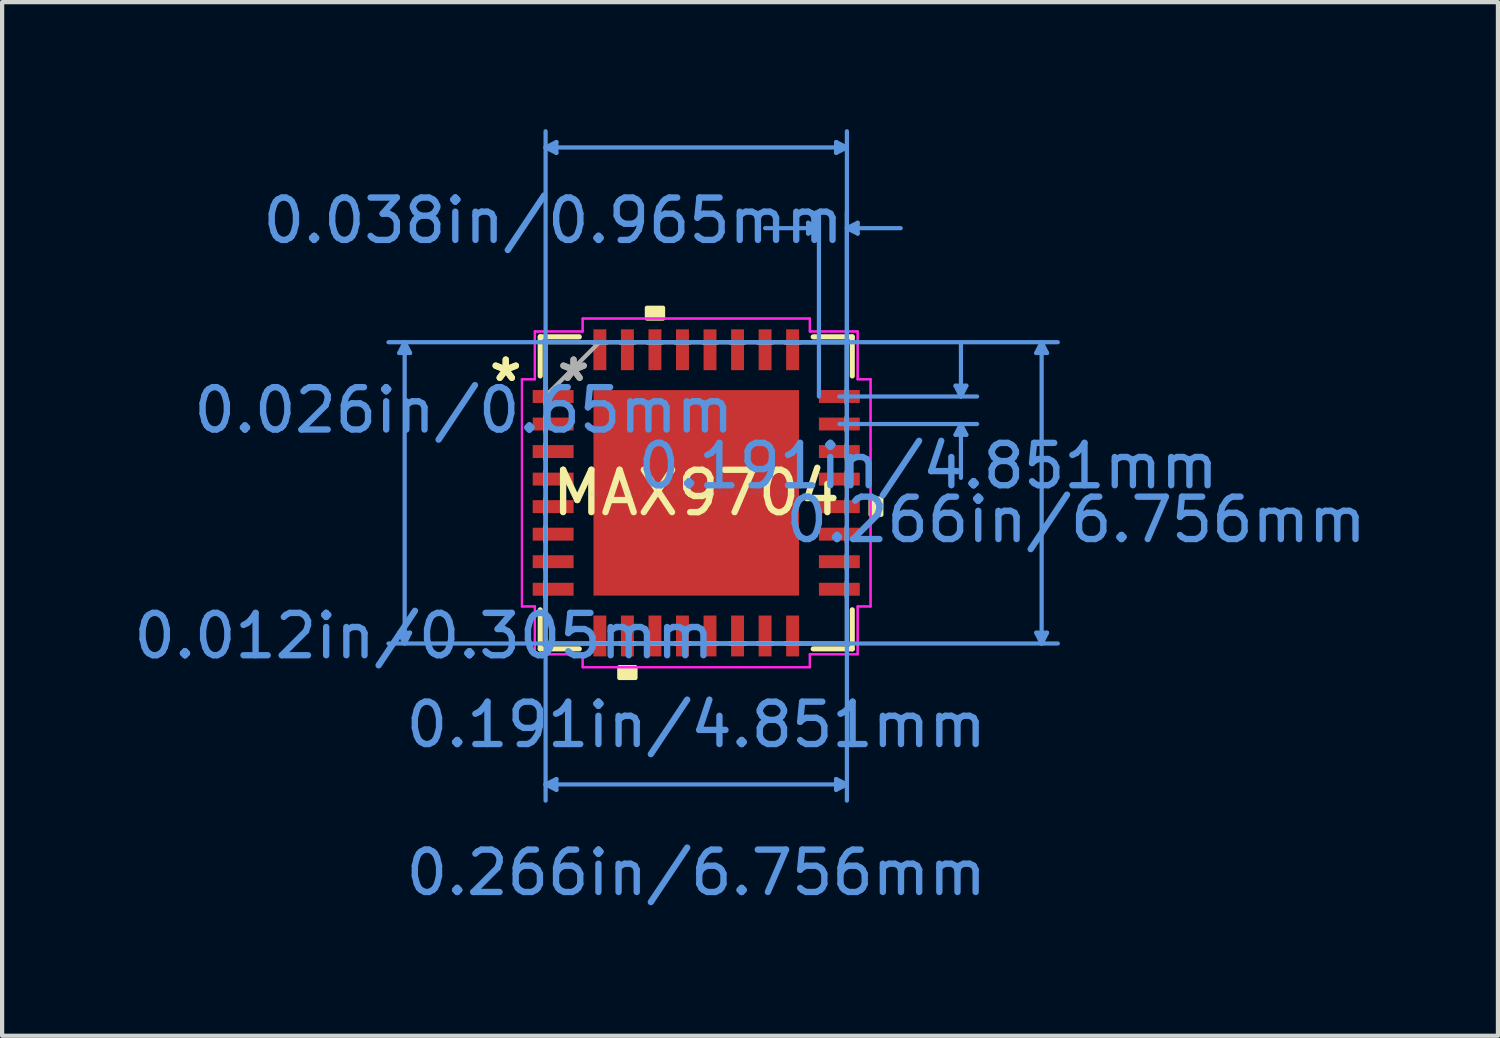
<source format=kicad_pcb>
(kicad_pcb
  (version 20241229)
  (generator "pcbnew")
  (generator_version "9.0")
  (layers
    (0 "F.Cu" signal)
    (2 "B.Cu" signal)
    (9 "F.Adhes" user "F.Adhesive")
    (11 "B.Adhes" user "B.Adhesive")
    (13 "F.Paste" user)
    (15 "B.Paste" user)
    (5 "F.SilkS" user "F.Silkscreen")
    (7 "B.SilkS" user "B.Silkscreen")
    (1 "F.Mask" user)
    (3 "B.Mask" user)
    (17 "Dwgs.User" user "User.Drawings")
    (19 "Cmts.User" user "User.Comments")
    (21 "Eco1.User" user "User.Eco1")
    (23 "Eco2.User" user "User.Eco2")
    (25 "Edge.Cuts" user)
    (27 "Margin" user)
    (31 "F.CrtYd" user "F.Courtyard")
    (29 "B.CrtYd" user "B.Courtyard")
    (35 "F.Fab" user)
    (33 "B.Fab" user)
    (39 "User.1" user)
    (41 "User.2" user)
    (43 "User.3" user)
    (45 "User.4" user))
  (footprint "MAX9704"
    (layer "F.Cu")
    (at 13.385 8.584)
    (property "Reference" "MAX9704" (at 0 0 0) (layer "F.SilkS") (effects (font (size 1 1) (thickness 0.15))))
    (attr through_hole)
    (fp_line (start -3.683 -3.683) (end -3.683 -2.76) (stroke (width 0.12) (type solid)) (layer "F.SilkS"))
    (fp_line (start -3.683 2.76) (end -3.683 3.683) (stroke (width 0.12) (type solid)) (layer "F.SilkS"))
    (fp_line (start -3.683 3.683) (end -2.76 3.683) (stroke (width 0.12) (type solid)) (layer "F.SilkS"))
    (fp_line (start -2.76 -3.683) (end -3.683 -3.683) (stroke (width 0.12) (type solid)) (layer "F.SilkS"))
    (fp_line (start 2.76 3.683) (end 3.683 3.683) (stroke (width 0.12) (type solid)) (layer "F.SilkS"))
    (fp_line (start 3.683 -3.683) (end 2.76 -3.683) (stroke (width 0.12) (type solid)) (layer "F.SilkS"))
    (fp_line (start 3.683 -2.76) (end 3.683 -3.683) (stroke (width 0.12) (type solid)) (layer "F.SilkS"))
    (fp_line (start 3.683 3.683) (end 3.683 2.76) (stroke (width 0.12) (type solid)) (layer "F.SilkS"))
    (fp_poly (pts (xy -1.816 4.115) (xy -1.816 4.369) (xy -1.435 4.369) (xy -1.435 4.115)) (stroke (width 0.1) (type solid)) (fill yes) (layer "F.SilkS"))
    (fp_poly (pts (xy -1.165 -4.115) (xy -1.165 -4.369) (xy -0.784 -4.369) (xy -0.784 -4.115)) (stroke (width 0.1) (type solid)) (fill yes) (layer "F.SilkS"))
    (fp_poly (pts (xy 4.369 0.135) (xy 4.369 0.516) (xy 4.115 0.516) (xy 4.115 0.135)) (stroke (width 0.1) (type solid)) (fill yes) (layer "F.SilkS"))
    (fp_poly (pts (xy -2.326 -2.326) (xy -2.326 -0.909) (xy -0.909 -0.909) (xy -0.909 -2.326)) (stroke (width 0.1) (type solid)) (fill yes) (layer "F.Paste"))
    (fp_poly (pts (xy -2.326 -0.709) (xy -2.326 0.709) (xy -0.909 0.709) (xy -0.909 -0.709)) (stroke (width 0.1) (type solid)) (fill yes) (layer "F.Paste"))
    (fp_poly (pts (xy -2.326 0.909) (xy -2.326 2.326) (xy -0.909 2.326) (xy -0.909 0.909)) (stroke (width 0.1) (type solid)) (fill yes) (layer "F.Paste"))
    (fp_poly (pts (xy -0.709 -2.326) (xy -0.709 -0.909) (xy 0.709 -0.909) (xy 0.709 -2.326)) (stroke (width 0.1) (type solid)) (fill yes) (layer "F.Paste"))
    (fp_poly (pts (xy -0.709 -0.709) (xy -0.709 0.709) (xy 0.709 0.709) (xy 0.709 -0.709)) (stroke (width 0.1) (type solid)) (fill yes) (layer "F.Paste"))
    (fp_poly (pts (xy -0.709 0.909) (xy -0.709 2.326) (xy 0.709 2.326) (xy 0.709 0.909)) (stroke (width 0.1) (type solid)) (fill yes) (layer "F.Paste"))
    (fp_poly (pts (xy 0.909 -2.326) (xy 0.909 -0.909) (xy 2.326 -0.909) (xy 2.326 -2.326)) (stroke (width 0.1) (type solid)) (fill yes) (layer "F.Paste"))
    (fp_poly (pts (xy 0.909 -0.709) (xy 0.909 0.709) (xy 2.326 0.709) (xy 2.326 -0.709)) (stroke (width 0.1) (type solid)) (fill yes) (layer "F.Paste"))
    (fp_poly (pts (xy 0.909 0.909) (xy 0.909 2.326) (xy 2.326 2.326) (xy 2.326 0.909)) (stroke (width 0.1) (type solid)) (fill yes) (layer "F.Paste"))
    (fp_line (start -7.01 -3.302) (end -6.756 -3.302) (stroke (width 0.1) (type solid)) (layer "Cmts.User"))
    (fp_line (start -7.01 3.302) (end -6.756 3.302) (stroke (width 0.1) (type solid)) (layer "Cmts.User"))
    (fp_line (start -6.883 -3.556) (end -7.01 -3.302) (stroke (width 0.1) (type solid)) (layer "Cmts.User"))
    (fp_line (start -6.883 -3.556) (end -6.883 3.556) (stroke (width 0.1) (type solid)) (layer "Cmts.User"))
    (fp_line (start -6.883 -3.556) (end -6.756 -3.302) (stroke (width 0.1) (type solid)) (layer "Cmts.User"))
    (fp_line (start -6.883 3.556) (end -7.01 3.302) (stroke (width 0.1) (type solid)) (layer "Cmts.User"))
    (fp_line (start -6.883 3.556) (end -6.756 3.302) (stroke (width 0.1) (type solid)) (layer "Cmts.User"))
    (fp_line (start -3.556 -8.153) (end -3.302 -8.28) (stroke (width 0.1) (type solid)) (layer "Cmts.User"))
    (fp_line (start -3.556 -8.153) (end -3.302 -8.026) (stroke (width 0.1) (type solid)) (layer "Cmts.User"))
    (fp_line (start -3.556 -8.153) (end 3.556 -8.153) (stroke (width 0.1) (type solid)) (layer "Cmts.User"))
    (fp_line (start -3.556 -3.556) (end -3.556 7.264) (stroke (width 0.1) (type solid)) (layer "Cmts.User"))
    (fp_line (start -3.556 -2.275) (end -3.556 -8.534) (stroke (width 0.1) (type solid)) (layer "Cmts.User"))
    (fp_line (start -3.556 6.883) (end -3.302 6.756) (stroke (width 0.1) (type solid)) (layer "Cmts.User"))
    (fp_line (start -3.556 6.883) (end -3.302 7.01) (stroke (width 0.1) (type solid)) (layer "Cmts.User"))
    (fp_line (start -3.556 6.883) (end 3.556 6.883) (stroke (width 0.1) (type solid)) (layer "Cmts.User"))
    (fp_line (start -3.302 -8.28) (end -3.302 -8.026) (stroke (width 0.1) (type solid)) (layer "Cmts.User"))
    (fp_line (start -3.302 6.756) (end -3.302 7.01) (stroke (width 0.1) (type solid)) (layer "Cmts.User"))
    (fp_line (start 2.275 -3.556) (end 8.534 -3.556) (stroke (width 0.1) (type solid)) (layer "Cmts.User"))
    (fp_line (start 2.275 3.556) (end 8.534 3.556) (stroke (width 0.1) (type solid)) (layer "Cmts.User"))
    (fp_line (start 2.642 -6.375) (end 2.642 -6.121) (stroke (width 0.1) (type solid)) (layer "Cmts.User"))
    (fp_line (start 2.896 -6.248) (end 1.626 -6.248) (stroke (width 0.1) (type solid)) (layer "Cmts.User"))
    (fp_line (start 2.896 -6.248) (end 2.642 -6.375) (stroke (width 0.1) (type solid)) (layer "Cmts.User"))
    (fp_line (start 2.896 -6.248) (end 2.642 -6.121) (stroke (width 0.1) (type solid)) (layer "Cmts.User"))
    (fp_line (start 2.896 -2.275) (end 2.896 -6.629) (stroke (width 0.1) (type solid)) (layer "Cmts.User"))
    (fp_line (start 3.302 -8.28) (end 3.302 -8.026) (stroke (width 0.1) (type solid)) (layer "Cmts.User"))
    (fp_line (start 3.302 6.756) (end 3.302 7.01) (stroke (width 0.1) (type solid)) (layer "Cmts.User"))
    (fp_line (start 3.378 -2.275) (end 6.629 -2.275) (stroke (width 0.1) (type solid)) (layer "Cmts.User"))
    (fp_line (start 3.378 -1.625) (end 6.629 -1.625) (stroke (width 0.1) (type solid)) (layer "Cmts.User"))
    (fp_line (start 3.556 -8.153) (end 3.302 -8.28) (stroke (width 0.1) (type solid)) (layer "Cmts.User"))
    (fp_line (start 3.556 -8.153) (end 3.302 -8.026) (stroke (width 0.1) (type solid)) (layer "Cmts.User"))
    (fp_line (start 3.556 -6.248) (end 3.81 -6.375) (stroke (width 0.1) (type solid)) (layer "Cmts.User"))
    (fp_line (start 3.556 -6.248) (end 3.81 -6.121) (stroke (width 0.1) (type solid)) (layer "Cmts.User"))
    (fp_line (start 3.556 -6.248) (end 4.826 -6.248) (stroke (width 0.1) (type solid)) (layer "Cmts.User"))
    (fp_line (start 3.556 -3.556) (end -7.264 -3.556) (stroke (width 0.1) (type solid)) (layer "Cmts.User"))
    (fp_line (start 3.556 -3.556) (end 3.556 7.264) (stroke (width 0.1) (type solid)) (layer "Cmts.User"))
    (fp_line (start 3.556 -2.275) (end 3.556 -8.534) (stroke (width 0.1) (type solid)) (layer "Cmts.User"))
    (fp_line (start 3.556 -2.275) (end 3.556 -6.629) (stroke (width 0.1) (type solid)) (layer "Cmts.User"))
    (fp_line (start 3.556 3.556) (end -7.264 3.556) (stroke (width 0.1) (type solid)) (layer "Cmts.User"))
    (fp_line (start 3.556 6.883) (end 3.302 6.756) (stroke (width 0.1) (type solid)) (layer "Cmts.User"))
    (fp_line (start 3.556 6.883) (end 3.302 7.01) (stroke (width 0.1) (type solid)) (layer "Cmts.User"))
    (fp_line (start 3.81 -6.375) (end 3.81 -6.121) (stroke (width 0.1) (type solid)) (layer "Cmts.User"))
    (fp_line (start 6.121 -2.529) (end 6.375 -2.529) (stroke (width 0.1) (type solid)) (layer "Cmts.User"))
    (fp_line (start 6.121 -1.371) (end 6.375 -1.371) (stroke (width 0.1) (type solid)) (layer "Cmts.User"))
    (fp_line (start 6.248 -2.275) (end 6.121 -2.529) (stroke (width 0.1) (type solid)) (layer "Cmts.User"))
    (fp_line (start 6.248 -2.275) (end 6.248 -3.545) (stroke (width 0.1) (type solid)) (layer "Cmts.User"))
    (fp_line (start 6.248 -2.275) (end 6.375 -2.529) (stroke (width 0.1) (type solid)) (layer "Cmts.User"))
    (fp_line (start 6.248 -1.625) (end 6.121 -1.371) (stroke (width 0.1) (type solid)) (layer "Cmts.User"))
    (fp_line (start 6.248 -1.625) (end 6.248 -0.355) (stroke (width 0.1) (type solid)) (layer "Cmts.User"))
    (fp_line (start 6.248 -1.625) (end 6.375 -1.371) (stroke (width 0.1) (type solid)) (layer "Cmts.User"))
    (fp_line (start 8.026 -3.302) (end 8.28 -3.302) (stroke (width 0.1) (type solid)) (layer "Cmts.User"))
    (fp_line (start 8.026 3.302) (end 8.28 3.302) (stroke (width 0.1) (type solid)) (layer "Cmts.User"))
    (fp_line (start 8.153 -3.556) (end 8.026 -3.302) (stroke (width 0.1) (type solid)) (layer "Cmts.User"))
    (fp_line (start 8.153 -3.556) (end 8.153 3.556) (stroke (width 0.1) (type solid)) (layer "Cmts.User"))
    (fp_line (start 8.153 -3.556) (end 8.28 -3.302) (stroke (width 0.1) (type solid)) (layer "Cmts.User"))
    (fp_line (start 8.153 3.556) (end 8.026 3.302) (stroke (width 0.1) (type solid)) (layer "Cmts.User"))
    (fp_line (start 8.153 3.556) (end 8.28 3.302) (stroke (width 0.1) (type solid)) (layer "Cmts.User"))
    (fp_line (start -4.115 -2.681) (end -3.81 -2.681) (stroke (width 0.05) (type solid)) (layer "F.CrtYd"))
    (fp_line (start -4.115 -2.681) (end -3.81 -2.681) (stroke (width 0.05) (type solid)) (layer "F.CrtYd"))
    (fp_line (start -4.115 2.681) (end -4.115 -2.681) (stroke (width 0.05) (type solid)) (layer "F.CrtYd"))
    (fp_line (start -4.115 2.681) (end -4.115 -2.681) (stroke (width 0.05) (type solid)) (layer "F.CrtYd"))
    (fp_line (start -3.81 -3.81) (end -2.681 -3.81) (stroke (width 0.05) (type solid)) (layer "F.CrtYd"))
    (fp_line (start -3.81 -3.81) (end -2.681 -3.81) (stroke (width 0.05) (type solid)) (layer "F.CrtYd"))
    (fp_line (start -3.81 -2.681) (end -3.81 -3.81) (stroke (width 0.05) (type solid)) (layer "F.CrtYd"))
    (fp_line (start -3.81 -2.681) (end -3.81 -3.81) (stroke (width 0.05) (type solid)) (layer "F.CrtYd"))
    (fp_line (start -3.81 2.681) (end -4.115 2.681) (stroke (width 0.05) (type solid)) (layer "F.CrtYd"))
    (fp_line (start -3.81 2.681) (end -4.115 2.681) (stroke (width 0.05) (type solid)) (layer "F.CrtYd"))
    (fp_line (start -3.81 3.81) (end -3.81 2.681) (stroke (width 0.05) (type solid)) (layer "F.CrtYd"))
    (fp_line (start -3.81 3.81) (end -3.81 2.681) (stroke (width 0.05) (type solid)) (layer "F.CrtYd"))
    (fp_line (start -2.681 -4.115) (end 2.681 -4.115) (stroke (width 0.05) (type solid)) (layer "F.CrtYd"))
    (fp_line (start -2.681 -4.115) (end 2.681 -4.115) (stroke (width 0.05) (type solid)) (layer "F.CrtYd"))
    (fp_line (start -2.681 -3.81) (end -2.681 -4.115) (stroke (width 0.05) (type solid)) (layer "F.CrtYd"))
    (fp_line (start -2.681 -3.81) (end -2.681 -4.115) (stroke (width 0.05) (type solid)) (layer "F.CrtYd"))
    (fp_line (start -2.681 3.81) (end -3.81 3.81) (stroke (width 0.05) (type solid)) (layer "F.CrtYd"))
    (fp_line (start -2.681 3.81) (end -3.81 3.81) (stroke (width 0.05) (type solid)) (layer "F.CrtYd"))
    (fp_line (start -2.681 4.115) (end -2.681 3.81) (stroke (width 0.05) (type solid)) (layer "F.CrtYd"))
    (fp_line (start -2.681 4.115) (end -2.681 3.81) (stroke (width 0.05) (type solid)) (layer "F.CrtYd"))
    (fp_line (start 2.681 -4.115) (end 2.681 -3.81) (stroke (width 0.05) (type solid)) (layer "F.CrtYd"))
    (fp_line (start 2.681 -4.115) (end 2.681 -3.81) (stroke (width 0.05) (type solid)) (layer "F.CrtYd"))
    (fp_line (start 2.681 -3.81) (end 3.81 -3.81) (stroke (width 0.05) (type solid)) (layer "F.CrtYd"))
    (fp_line (start 2.681 -3.81) (end 3.81 -3.81) (stroke (width 0.05) (type solid)) (layer "F.CrtYd"))
    (fp_line (start 2.681 3.81) (end 2.681 4.115) (stroke (width 0.05) (type solid)) (layer "F.CrtYd"))
    (fp_line (start 2.681 3.81) (end 2.681 4.115) (stroke (width 0.05) (type solid)) (layer "F.CrtYd"))
    (fp_line (start 2.681 4.115) (end -2.681 4.115) (stroke (width 0.05) (type solid)) (layer "F.CrtYd"))
    (fp_line (start 2.681 4.115) (end -2.681 4.115) (stroke (width 0.05) (type solid)) (layer "F.CrtYd"))
    (fp_line (start 3.81 -3.81) (end 3.81 -2.681) (stroke (width 0.05) (type solid)) (layer "F.CrtYd"))
    (fp_line (start 3.81 -3.81) (end 3.81 -2.681) (stroke (width 0.05) (type solid)) (layer "F.CrtYd"))
    (fp_line (start 3.81 -2.681) (end 4.115 -2.681) (stroke (width 0.05) (type solid)) (layer "F.CrtYd"))
    (fp_line (start 3.81 -2.681) (end 4.115 -2.681) (stroke (width 0.05) (type solid)) (layer "F.CrtYd"))
    (fp_line (start 3.81 2.681) (end 3.81 3.81) (stroke (width 0.05) (type solid)) (layer "F.CrtYd"))
    (fp_line (start 3.81 2.681) (end 3.81 3.81) (stroke (width 0.05) (type solid)) (layer "F.CrtYd"))
    (fp_line (start 3.81 3.81) (end 2.681 3.81) (stroke (width 0.05) (type solid)) (layer "F.CrtYd"))
    (fp_line (start 3.81 3.81) (end 2.681 3.81) (stroke (width 0.05) (type solid)) (layer "F.CrtYd"))
    (fp_line (start 4.115 -2.681) (end 4.115 2.681) (stroke (width 0.05) (type solid)) (layer "F.CrtYd"))
    (fp_line (start 4.115 -2.681) (end 4.115 2.681) (stroke (width 0.05) (type solid)) (layer "F.CrtYd"))
    (fp_line (start 4.115 2.681) (end 3.81 2.681) (stroke (width 0.05) (type solid)) (layer "F.CrtYd"))
    (fp_line (start 4.115 2.681) (end 3.81 2.681) (stroke (width 0.05) (type solid)) (layer "F.CrtYd"))
    (fp_line (start -3.556 -3.556) (end -3.556 -3.556) (stroke (width 0.1) (type solid)) (layer "F.Fab"))
    (fp_line (start -3.556 -3.556) (end -3.556 3.556) (stroke (width 0.1) (type solid)) (layer "F.Fab"))
    (fp_line (start -3.556 -2.453) (end -3.556 -2.453) (stroke (width 0.1) (type solid)) (layer "F.Fab"))
    (fp_line (start -3.556 -2.453) (end -3.556 -2.097) (stroke (width 0.1) (type solid)) (layer "F.Fab"))
    (fp_line (start -3.556 -2.286) (end -2.286 -3.556) (stroke (width 0.1) (type solid)) (layer "F.Fab"))
    (fp_line (start -3.556 -2.097) (end -3.556 -2.453) (stroke (width 0.1) (type solid)) (layer "F.Fab"))
    (fp_line (start -3.556 -2.097) (end -3.556 -2.097) (stroke (width 0.1) (type solid)) (layer "F.Fab"))
    (fp_line (start -3.556 -1.803) (end -3.556 -1.803) (stroke (width 0.1) (type solid)) (layer "F.Fab"))
    (fp_line (start -3.556 -1.803) (end -3.556 -1.447) (stroke (width 0.1) (type solid)) (layer "F.Fab"))
    (fp_line (start -3.556 -1.447) (end -3.556 -1.803) (stroke (width 0.1) (type solid)) (layer "F.Fab"))
    (fp_line (start -3.556 -1.447) (end -3.556 -1.447) (stroke (width 0.1) (type solid)) (layer "F.Fab"))
    (fp_line (start -3.556 -1.153) (end -3.556 -1.153) (stroke (width 0.1) (type solid)) (layer "F.Fab"))
    (fp_line (start -3.556 -1.153) (end -3.556 -0.797) (stroke (width 0.1) (type solid)) (layer "F.Fab"))
    (fp_line (start -3.556 -0.797) (end -3.556 -1.153) (stroke (width 0.1) (type solid)) (layer "F.Fab"))
    (fp_line (start -3.556 -0.797) (end -3.556 -0.797) (stroke (width 0.1) (type solid)) (layer "F.Fab"))
    (fp_line (start -3.556 -0.503) (end -3.556 -0.503) (stroke (width 0.1) (type solid)) (layer "F.Fab"))
    (fp_line (start -3.556 -0.503) (end -3.556 -0.147) (stroke (width 0.1) (type solid)) (layer "F.Fab"))
    (fp_line (start -3.556 -0.147) (end -3.556 -0.503) (stroke (width 0.1) (type solid)) (layer "F.Fab"))
    (fp_line (start -3.556 -0.147) (end -3.556 -0.147) (stroke (width 0.1) (type solid)) (layer "F.Fab"))
    (fp_line (start -3.556 0.147) (end -3.556 0.147) (stroke (width 0.1) (type solid)) (layer "F.Fab"))
    (fp_line (start -3.556 0.147) (end -3.556 0.503) (stroke (width 0.1) (type solid)) (layer "F.Fab"))
    (fp_line (start -3.556 0.503) (end -3.556 0.147) (stroke (width 0.1) (type solid)) (layer "F.Fab"))
    (fp_line (start -3.556 0.503) (end -3.556 0.503) (stroke (width 0.1) (type solid)) (layer "F.Fab"))
    (fp_line (start -3.556 0.797) (end -3.556 0.797) (stroke (width 0.1) (type solid)) (layer "F.Fab"))
    (fp_line (start -3.556 0.797) (end -3.556 1.153) (stroke (width 0.1) (type solid)) (layer "F.Fab"))
    (fp_line (start -3.556 1.153) (end -3.556 0.797) (stroke (width 0.1) (type solid)) (layer "F.Fab"))
    (fp_line (start -3.556 1.153) (end -3.556 1.153) (stroke (width 0.1) (type solid)) (layer "F.Fab"))
    (fp_line (start -3.556 1.447) (end -3.556 1.447) (stroke (width 0.1) (type solid)) (layer "F.Fab"))
    (fp_line (start -3.556 1.447) (end -3.556 1.803) (stroke (width 0.1) (type solid)) (layer "F.Fab"))
    (fp_line (start -3.556 1.803) (end -3.556 1.447) (stroke (width 0.1) (type solid)) (layer "F.Fab"))
    (fp_line (start -3.556 1.803) (end -3.556 1.803) (stroke (width 0.1) (type solid)) (layer "F.Fab"))
    (fp_line (start -3.556 2.097) (end -3.556 2.097) (stroke (width 0.1) (type solid)) (layer "F.Fab"))
    (fp_line (start -3.556 2.097) (end -3.556 2.453) (stroke (width 0.1) (type solid)) (layer "F.Fab"))
    (fp_line (start -3.556 2.453) (end -3.556 2.097) (stroke (width 0.1) (type solid)) (layer "F.Fab"))
    (fp_line (start -3.556 2.453) (end -3.556 2.453) (stroke (width 0.1) (type solid)) (layer "F.Fab"))
    (fp_line (start -3.556 3.556) (end -3.556 3.556) (stroke (width 0.1) (type solid)) (layer "F.Fab"))
    (fp_line (start -3.556 3.556) (end 3.556 3.556) (stroke (width 0.1) (type solid)) (layer "F.Fab"))
    (fp_line (start -2.453 -3.556) (end -2.453 -3.556) (stroke (width 0.1) (type solid)) (layer "F.Fab"))
    (fp_line (start -2.453 -3.556) (end -2.097 -3.556) (stroke (width 0.1) (type solid)) (layer "F.Fab"))
    (fp_line (start -2.453 3.556) (end -2.453 3.556) (stroke (width 0.1) (type solid)) (layer "F.Fab"))
    (fp_line (start -2.453 3.556) (end -2.097 3.556) (stroke (width 0.1) (type solid)) (layer "F.Fab"))
    (fp_line (start -2.097 -3.556) (end -2.453 -3.556) (stroke (width 0.1) (type solid)) (layer "F.Fab"))
    (fp_line (start -2.097 -3.556) (end -2.097 -3.556) (stroke (width 0.1) (type solid)) (layer "F.Fab"))
    (fp_line (start -2.097 3.556) (end -2.453 3.556) (stroke (width 0.1) (type solid)) (layer "F.Fab"))
    (fp_line (start -2.097 3.556) (end -2.097 3.556) (stroke (width 0.1) (type solid)) (layer "F.Fab"))
    (fp_line (start -1.803 -3.556) (end -1.803 -3.556) (stroke (width 0.1) (type solid)) (layer "F.Fab"))
    (fp_line (start -1.803 -3.556) (end -1.447 -3.556) (stroke (width 0.1) (type solid)) (layer "F.Fab"))
    (fp_line (start -1.803 3.556) (end -1.803 3.556) (stroke (width 0.1) (type solid)) (layer "F.Fab"))
    (fp_line (start -1.803 3.556) (end -1.447 3.556) (stroke (width 0.1) (type solid)) (layer "F.Fab"))
    (fp_line (start -1.447 -3.556) (end -1.803 -3.556) (stroke (width 0.1) (type solid)) (layer "F.Fab"))
    (fp_line (start -1.447 -3.556) (end -1.447 -3.556) (stroke (width 0.1) (type solid)) (layer "F.Fab"))
    (fp_line (start -1.447 3.556) (end -1.803 3.556) (stroke (width 0.1) (type solid)) (layer "F.Fab"))
    (fp_line (start -1.447 3.556) (end -1.447 3.556) (stroke (width 0.1) (type solid)) (layer "F.Fab"))
    (fp_line (start -1.153 -3.556) (end -1.153 -3.556) (stroke (width 0.1) (type solid)) (layer "F.Fab"))
    (fp_line (start -1.153 -3.556) (end -0.797 -3.556) (stroke (width 0.1) (type solid)) (layer "F.Fab"))
    (fp_line (start -1.153 3.556) (end -1.153 3.556) (stroke (width 0.1) (type solid)) (layer "F.Fab"))
    (fp_line (start -1.153 3.556) (end -0.797 3.556) (stroke (width 0.1) (type solid)) (layer "F.Fab"))
    (fp_line (start -0.797 -3.556) (end -1.153 -3.556) (stroke (width 0.1) (type solid)) (layer "F.Fab"))
    (fp_line (start -0.797 -3.556) (end -0.797 -3.556) (stroke (width 0.1) (type solid)) (layer "F.Fab"))
    (fp_line (start -0.797 3.556) (end -1.153 3.556) (stroke (width 0.1) (type solid)) (layer "F.Fab"))
    (fp_line (start -0.797 3.556) (end -0.797 3.556) (stroke (width 0.1) (type solid)) (layer "F.Fab"))
    (fp_line (start -0.503 -3.556) (end -0.503 -3.556) (stroke (width 0.1) (type solid)) (layer "F.Fab"))
    (fp_line (start -0.503 -3.556) (end -0.147 -3.556) (stroke (width 0.1) (type solid)) (layer "F.Fab"))
    (fp_line (start -0.503 3.556) (end -0.503 3.556) (stroke (width 0.1) (type solid)) (layer "F.Fab"))
    (fp_line (start -0.503 3.556) (end -0.147 3.556) (stroke (width 0.1) (type solid)) (layer "F.Fab"))
    (fp_line (start -0.147 -3.556) (end -0.503 -3.556) (stroke (width 0.1) (type solid)) (layer "F.Fab"))
    (fp_line (start -0.147 -3.556) (end -0.147 -3.556) (stroke (width 0.1) (type solid)) (layer "F.Fab"))
    (fp_line (start -0.147 3.556) (end -0.503 3.556) (stroke (width 0.1) (type solid)) (layer "F.Fab"))
    (fp_line (start -0.147 3.556) (end -0.147 3.556) (stroke (width 0.1) (type solid)) (layer "F.Fab"))
    (fp_line (start 0.147 -3.556) (end 0.147 -3.556) (stroke (width 0.1) (type solid)) (layer "F.Fab"))
    (fp_line (start 0.147 -3.556) (end 0.503 -3.556) (stroke (width 0.1) (type solid)) (layer "F.Fab"))
    (fp_line (start 0.147 3.556) (end 0.147 3.556) (stroke (width 0.1) (type solid)) (layer "F.Fab"))
    (fp_line (start 0.147 3.556) (end 0.503 3.556) (stroke (width 0.1) (type solid)) (layer "F.Fab"))
    (fp_line (start 0.503 -3.556) (end 0.147 -3.556) (stroke (width 0.1) (type solid)) (layer "F.Fab"))
    (fp_line (start 0.503 -3.556) (end 0.503 -3.556) (stroke (width 0.1) (type solid)) (layer "F.Fab"))
    (fp_line (start 0.503 3.556) (end 0.147 3.556) (stroke (width 0.1) (type solid)) (layer "F.Fab"))
    (fp_line (start 0.503 3.556) (end 0.503 3.556) (stroke (width 0.1) (type solid)) (layer "F.Fab"))
    (fp_line (start 0.797 -3.556) (end 0.797 -3.556) (stroke (width 0.1) (type solid)) (layer "F.Fab"))
    (fp_line (start 0.797 -3.556) (end 1.153 -3.556) (stroke (width 0.1) (type solid)) (layer "F.Fab"))
    (fp_line (start 0.797 3.556) (end 0.797 3.556) (stroke (width 0.1) (type solid)) (layer "F.Fab"))
    (fp_line (start 0.797 3.556) (end 1.153 3.556) (stroke (width 0.1) (type solid)) (layer "F.Fab"))
    (fp_line (start 1.153 -3.556) (end 0.797 -3.556) (stroke (width 0.1) (type solid)) (layer "F.Fab"))
    (fp_line (start 1.153 -3.556) (end 1.153 -3.556) (stroke (width 0.1) (type solid)) (layer "F.Fab"))
    (fp_line (start 1.153 3.556) (end 0.797 3.556) (stroke (width 0.1) (type solid)) (layer "F.Fab"))
    (fp_line (start 1.153 3.556) (end 1.153 3.556) (stroke (width 0.1) (type solid)) (layer "F.Fab"))
    (fp_line (start 1.447 -3.556) (end 1.447 -3.556) (stroke (width 0.1) (type solid)) (layer "F.Fab"))
    (fp_line (start 1.447 -3.556) (end 1.803 -3.556) (stroke (width 0.1) (type solid)) (layer "F.Fab"))
    (fp_line (start 1.447 3.556) (end 1.447 3.556) (stroke (width 0.1) (type solid)) (layer "F.Fab"))
    (fp_line (start 1.447 3.556) (end 1.803 3.556) (stroke (width 0.1) (type solid)) (layer "F.Fab"))
    (fp_line (start 1.803 -3.556) (end 1.447 -3.556) (stroke (width 0.1) (type solid)) (layer "F.Fab"))
    (fp_line (start 1.803 -3.556) (end 1.803 -3.556) (stroke (width 0.1) (type solid)) (layer "F.Fab"))
    (fp_line (start 1.803 3.556) (end 1.447 3.556) (stroke (width 0.1) (type solid)) (layer "F.Fab"))
    (fp_line (start 1.803 3.556) (end 1.803 3.556) (stroke (width 0.1) (type solid)) (layer "F.Fab"))
    (fp_line (start 2.097 -3.556) (end 2.097 -3.556) (stroke (width 0.1) (type solid)) (layer "F.Fab"))
    (fp_line (start 2.097 -3.556) (end 2.453 -3.556) (stroke (width 0.1) (type solid)) (layer "F.Fab"))
    (fp_line (start 2.097 3.556) (end 2.097 3.556) (stroke (width 0.1) (type solid)) (layer "F.Fab"))
    (fp_line (start 2.097 3.556) (end 2.453 3.556) (stroke (width 0.1) (type solid)) (layer "F.Fab"))
    (fp_line (start 2.453 -3.556) (end 2.097 -3.556) (stroke (width 0.1) (type solid)) (layer "F.Fab"))
    (fp_line (start 2.453 -3.556) (end 2.453 -3.556) (stroke (width 0.1) (type solid)) (layer "F.Fab"))
    (fp_line (start 2.453 3.556) (end 2.097 3.556) (stroke (width 0.1) (type solid)) (layer "F.Fab"))
    (fp_line (start 2.453 3.556) (end 2.453 3.556) (stroke (width 0.1) (type solid)) (layer "F.Fab"))
    (fp_line (start 3.556 -3.556) (end -3.556 -3.556) (stroke (width 0.1) (type solid)) (layer "F.Fab"))
    (fp_line (start 3.556 -3.556) (end 3.556 -3.556) (stroke (width 0.1) (type solid)) (layer "F.Fab"))
    (fp_line (start 3.556 -2.453) (end 3.556 -2.453) (stroke (width 0.1) (type solid)) (layer "F.Fab"))
    (fp_line (start 3.556 -2.453) (end 3.556 -2.097) (stroke (width 0.1) (type solid)) (layer "F.Fab"))
    (fp_line (start 3.556 -2.097) (end 3.556 -2.453) (stroke (width 0.1) (type solid)) (layer "F.Fab"))
    (fp_line (start 3.556 -2.097) (end 3.556 -2.097) (stroke (width 0.1) (type solid)) (layer "F.Fab"))
    (fp_line (start 3.556 -1.803) (end 3.556 -1.803) (stroke (width 0.1) (type solid)) (layer "F.Fab"))
    (fp_line (start 3.556 -1.803) (end 3.556 -1.447) (stroke (width 0.1) (type solid)) (layer "F.Fab"))
    (fp_line (start 3.556 -1.447) (end 3.556 -1.803) (stroke (width 0.1) (type solid)) (layer "F.Fab"))
    (fp_line (start 3.556 -1.447) (end 3.556 -1.447) (stroke (width 0.1) (type solid)) (layer "F.Fab"))
    (fp_line (start 3.556 -1.153) (end 3.556 -1.153) (stroke (width 0.1) (type solid)) (layer "F.Fab"))
    (fp_line (start 3.556 -1.153) (end 3.556 -0.797) (stroke (width 0.1) (type solid)) (layer "F.Fab"))
    (fp_line (start 3.556 -0.797) (end 3.556 -1.153) (stroke (width 0.1) (type solid)) (layer "F.Fab"))
    (fp_line (start 3.556 -0.797) (end 3.556 -0.797) (stroke (width 0.1) (type solid)) (layer "F.Fab"))
    (fp_line (start 3.556 -0.503) (end 3.556 -0.503) (stroke (width 0.1) (type solid)) (layer "F.Fab"))
    (fp_line (start 3.556 -0.503) (end 3.556 -0.147) (stroke (width 0.1) (type solid)) (layer "F.Fab"))
    (fp_line (start 3.556 -0.147) (end 3.556 -0.503) (stroke (width 0.1) (type solid)) (layer "F.Fab"))
    (fp_line (start 3.556 -0.147) (end 3.556 -0.147) (stroke (width 0.1) (type solid)) (layer "F.Fab"))
    (fp_line (start 3.556 0.147) (end 3.556 0.147) (stroke (width 0.1) (type solid)) (layer "F.Fab"))
    (fp_line (start 3.556 0.147) (end 3.556 0.503) (stroke (width 0.1) (type solid)) (layer "F.Fab"))
    (fp_line (start 3.556 0.503) (end 3.556 0.147) (stroke (width 0.1) (type solid)) (layer "F.Fab"))
    (fp_line (start 3.556 0.503) (end 3.556 0.503) (stroke (width 0.1) (type solid)) (layer "F.Fab"))
    (fp_line (start 3.556 0.797) (end 3.556 0.797) (stroke (width 0.1) (type solid)) (layer "F.Fab"))
    (fp_line (start 3.556 0.797) (end 3.556 1.153) (stroke (width 0.1) (type solid)) (layer "F.Fab"))
    (fp_line (start 3.556 1.153) (end 3.556 0.797) (stroke (width 0.1) (type solid)) (layer "F.Fab"))
    (fp_line (start 3.556 1.153) (end 3.556 1.153) (stroke (width 0.1) (type solid)) (layer "F.Fab"))
    (fp_line (start 3.556 1.447) (end 3.556 1.447) (stroke (width 0.1) (type solid)) (layer "F.Fab"))
    (fp_line (start 3.556 1.447) (end 3.556 1.803) (stroke (width 0.1) (type solid)) (layer "F.Fab"))
    (fp_line (start 3.556 1.803) (end 3.556 1.447) (stroke (width 0.1) (type solid)) (layer "F.Fab"))
    (fp_line (start 3.556 1.803) (end 3.556 1.803) (stroke (width 0.1) (type solid)) (layer "F.Fab"))
    (fp_line (start 3.556 2.097) (end 3.556 2.097) (stroke (width 0.1) (type solid)) (layer "F.Fab"))
    (fp_line (start 3.556 2.097) (end 3.556 2.453) (stroke (width 0.1) (type solid)) (layer "F.Fab"))
    (fp_line (start 3.556 2.453) (end 3.556 2.097) (stroke (width 0.1) (type solid)) (layer "F.Fab"))
    (fp_line (start 3.556 2.453) (end 3.556 2.453) (stroke (width 0.1) (type solid)) (layer "F.Fab"))
    (fp_line (start 3.556 3.556) (end 3.556 -3.556) (stroke (width 0.1) (type solid)) (layer "F.Fab"))
    (fp_line (start 3.556 3.556) (end 3.556 3.556) (stroke (width 0.1) (type solid)) (layer "F.Fab"))
    (fp_text user "*" (at -4.496 -2.6 0) (layer "F.SilkS") (effects (font (size 1 1) (thickness 0.15))))
    (fp_text user "*" (at -4.496 -2.6 0) (layer "F.SilkS") (effects (font (size 1 1) (thickness 0.15))))
    (fp_text user "0.012in/0.305mm" (at -6.426 3.378 0) (layer "Cmts.User") (effects (font (size 1 1) (thickness 0.15))))
    (fp_text user "Copyright 2021 Accelerated Designs. All rights reserved." (at 0 0 0) (layer "Cmts.User") (effects (font (size 0.127 0.127) (thickness 0.002))))
    (fp_text user "0.266in/6.756mm" (at 8.966 0.635 0) (layer "Cmts.User") (effects (font (size 1 1) (thickness 0.15))))
    (fp_text user "0.191in/4.851mm" (at 5.474 -0.635 0) (layer "Cmts.User") (effects (font (size 1 1) (thickness 0.15))))
    (fp_text user "0.266in/6.756mm" (at 0 8.966 0) (layer "Cmts.User") (effects (font (size 1 1) (thickness 0.15))))
    (fp_text user "0.191in/4.851mm" (at 0 5.474 0) (layer "Cmts.User") (effects (font (size 1 1) (thickness 0.15))))
    (fp_text user "0.038in/0.965mm" (at -3.378 -6.426 0) (layer "Cmts.User") (effects (font (size 1 1) (thickness 0.15))))
    (fp_text user "0.026in/0.65mm" (at -5.486 -1.95 0) (layer "Cmts.User") (effects (font (size 1 1) (thickness 0.15))))
    (fp_text user "*" (at -2.896 -2.6 0) (layer "F.Fab") (effects (font (size 1 1) (thickness 0.15))))
    (fp_text user "*" (at -2.896 -2.6 0) (layer "F.Fab") (effects (font (size 1 1) (thickness 0.15))))
    (pad "1" smd rect (at -3.378 -2.275 90) (size 0.305 0.965) (layers "F.Cu" "F.Mask" "F.Paste"))
    (pad "2" smd rect (at -3.378 -1.625 90) (size 0.305 0.965) (layers "F.Cu" "F.Mask" "F.Paste"))
    (pad "3" smd rect (at -3.378 -0.975 90) (size 0.305 0.965) (layers "F.Cu" "F.Mask" "F.Paste"))
    (pad "4" smd rect (at -3.378 -0.325 90) (size 0.305 0.965) (layers "F.Cu" "F.Mask" "F.Paste"))
    (pad "5" smd rect (at -3.378 0.325 90) (size 0.305 0.965) (layers "F.Cu" "F.Mask" "F.Paste"))
    (pad "6" smd rect (at -3.378 0.975 90) (size 0.305 0.965) (layers "F.Cu" "F.Mask" "F.Paste"))
    (pad "7" smd rect (at -3.378 1.625 90) (size 0.305 0.965) (layers "F.Cu" "F.Mask" "F.Paste"))
    (pad "8" smd rect (at -3.378 2.275 90) (size 0.305 0.965) (layers "F.Cu" "F.Mask" "F.Paste"))
    (pad "9" smd rect (at -2.275 3.378) (size 0.305 0.965) (layers "F.Cu" "F.Mask" "F.Paste"))
    (pad "10" smd rect (at -1.625 3.378) (size 0.305 0.965) (layers "F.Cu" "F.Mask" "F.Paste"))
    (pad "11" smd rect (at -0.975 3.378) (size 0.305 0.965) (layers "F.Cu" "F.Mask" "F.Paste"))
    (pad "12" smd rect (at -0.325 3.378) (size 0.305 0.965) (layers "F.Cu" "F.Mask" "F.Paste"))
    (pad "13" smd rect (at 0.325 3.378) (size 0.305 0.965) (layers "F.Cu" "F.Mask" "F.Paste"))
    (pad "14" smd rect (at 0.975 3.378) (size 0.305 0.965) (layers "F.Cu" "F.Mask" "F.Paste"))
    (pad "15" smd rect (at 1.625 3.378) (size 0.305 0.965) (layers "F.Cu" "F.Mask" "F.Paste"))
    (pad "16" smd rect (at 2.275 3.378) (size 0.305 0.965) (layers "F.Cu" "F.Mask" "F.Paste"))
    (pad "17" smd rect (at 3.378 2.275 90) (size 0.305 0.965) (layers "F.Cu" "F.Mask" "F.Paste"))
    (pad "18" smd rect (at 3.378 1.625 90) (size 0.305 0.965) (layers "F.Cu" "F.Mask" "F.Paste"))
    (pad "19" smd rect (at 3.378 0.975 90) (size 0.305 0.965) (layers "F.Cu" "F.Mask" "F.Paste"))
    (pad "20" smd rect (at 3.378 0.325 90) (size 0.305 0.965) (layers "F.Cu" "F.Mask" "F.Paste"))
    (pad "21" smd rect (at 3.378 -0.325 90) (size 0.305 0.965) (layers "F.Cu" "F.Mask" "F.Paste"))
    (pad "22" smd rect (at 3.378 -0.975 90) (size 0.305 0.965) (layers "F.Cu" "F.Mask" "F.Paste"))
    (pad "23" smd rect (at 3.378 -1.625 90) (size 0.305 0.965) (layers "F.Cu" "F.Mask" "F.Paste"))
    (pad "24" smd rect (at 3.378 -2.275 90) (size 0.305 0.965) (layers "F.Cu" "F.Mask" "F.Paste"))
    (pad "25" smd rect (at 2.275 -3.378) (size 0.305 0.965) (layers "F.Cu" "F.Mask" "F.Paste"))
    (pad "26" smd rect (at 1.625 -3.378) (size 0.305 0.965) (layers "F.Cu" "F.Mask" "F.Paste"))
    (pad "27" smd rect (at 0.975 -3.378) (size 0.305 0.965) (layers "F.Cu" "F.Mask" "F.Paste"))
    (pad "28" smd rect (at 0.325 -3.378) (size 0.305 0.965) (layers "F.Cu" "F.Mask" "F.Paste"))
    (pad "29" smd rect (at -0.325 -3.378) (size 0.305 0.965) (layers "F.Cu" "F.Mask" "F.Paste"))
    (pad "30" smd rect (at -0.975 -3.378) (size 0.305 0.965) (layers "F.Cu" "F.Mask" "F.Paste"))
    (pad "31" smd rect (at -1.625 -3.378) (size 0.305 0.965) (layers "F.Cu" "F.Mask" "F.Paste"))
    (pad "32" smd rect (at -2.275 -3.378) (size 0.305 0.965) (layers "F.Cu" "F.Mask" "F.Paste"))
    (pad "33" smd rect (at 0 0) (size 4.851 4.851) (layers "F.Cu" "F.Mask")))
  (gr_rect
    (start -3 -3)
    (end 32.309 21.399)
    (stroke (width 0.1) (type default))
    (fill no)
    (layer "Edge.Cuts")))
</source>
